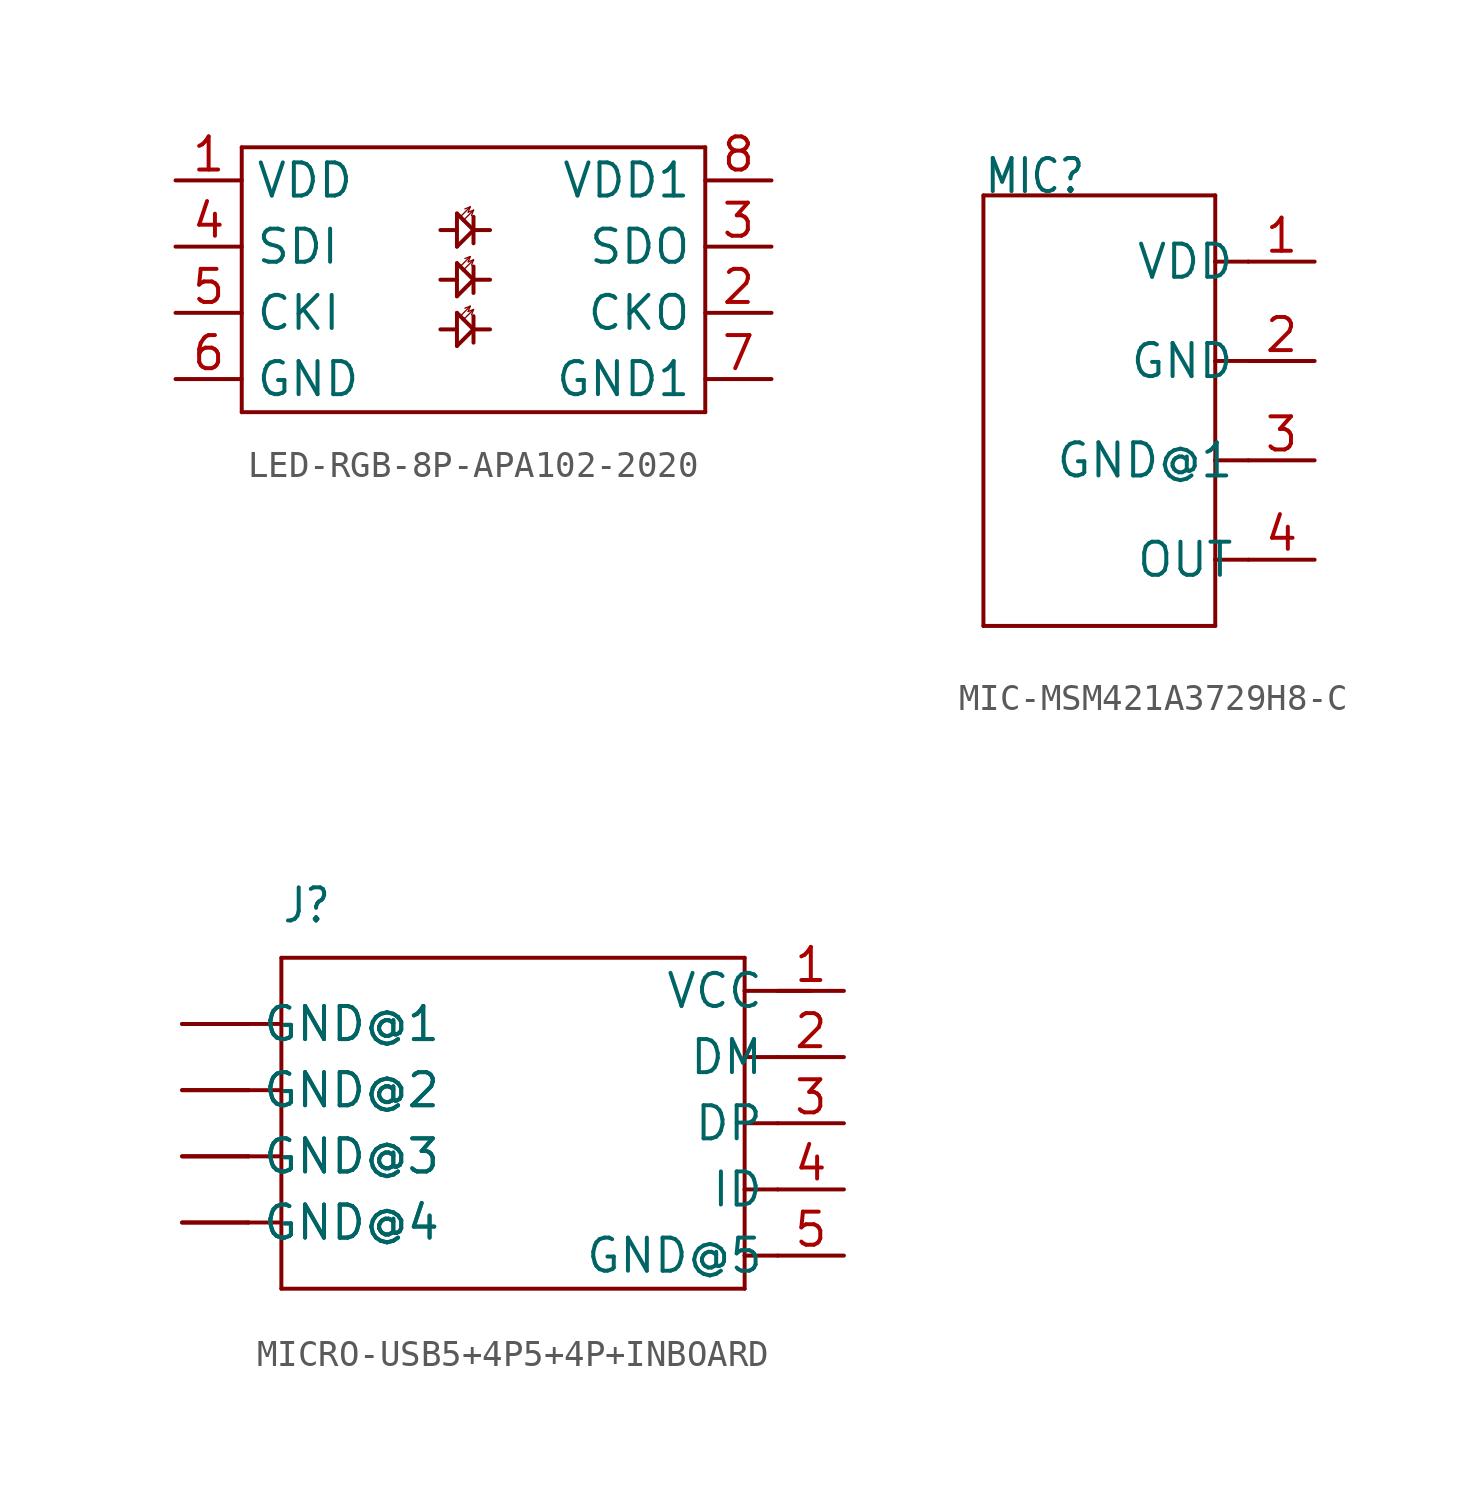
<source format=kicad_sym>
(kicad_symbol_lib
  (version 20231120)
  (generator "kicad_symbol_editor")
  (generator_version "8.0")
  (symbol "LED-RGB-8P-APA102-2020"
    (property "Reference" "D"
      (at -8.89 5.08 0)
      (effects (font (size 1.27 1.079)) (justify left bottom) (hide yes)))
    (property "ki_locked" ""
      (at 0 0 0)
      (effects (font (size 1.27 1.27))))
    (symbol "LED-RGB-8P-APA102-2020_1_0"
      (polyline (pts (xy -8.89 -5.08) (xy -8.89 5.08)) (stroke (width 0.152) (type solid)) (fill (type none)))
      (polyline (pts (xy -8.89 5.08) (xy 8.89 5.08)) (stroke (width 0.152) (type solid)) (fill (type none)))
      (polyline (pts (xy -0.635 -2.54) (xy 0 -1.905)) (stroke (width 0.152) (type solid)) (fill (type none)))
      (polyline (pts (xy -0.635 -1.905) (xy -1.27 -1.905)) (stroke (width 0.152) (type solid)) (fill (type none)))
      (polyline (pts (xy -0.635 -1.905) (xy -0.635 -2.54)) (stroke (width 0.152) (type solid)) (fill (type none)))
      (polyline (pts (xy -0.635 -1.27) (xy -0.635 -1.905)) (stroke (width 0.152) (type solid)) (fill (type none)))
      (polyline (pts (xy -0.635 -0.635) (xy 0 0)) (stroke (width 0.152) (type solid)) (fill (type none)))
      (polyline (pts (xy -0.635 0) (xy -1.27 0)) (stroke (width 0.152) (type solid)) (fill (type none)))
      (polyline (pts (xy -0.635 0) (xy -0.635 -0.635)) (stroke (width 0.152) (type solid)) (fill (type none)))
      (polyline (pts (xy -0.635 0.635) (xy -0.635 0)) (stroke (width 0.152) (type solid)) (fill (type none)))
      (polyline (pts (xy -0.635 1.27) (xy 0 1.905)) (stroke (width 0.152) (type solid)) (fill (type none)))
      (polyline (pts (xy -0.635 1.905) (xy -1.27 1.905)) (stroke (width 0.152) (type solid)) (fill (type none)))
      (polyline (pts (xy -0.635 1.905) (xy -0.635 1.27)) (stroke (width 0.152) (type solid)) (fill (type none)))
      (polyline (pts (xy -0.635 2.54) (xy -0.635 1.905)) (stroke (width 0.152) (type solid)) (fill (type none)))
      (polyline (pts (xy -0.508 -1.397) (xy -0.635 -1.27)) (stroke (width 0.152) (type solid)) (fill (type none)))
      (polyline (pts (xy -0.508 -1.397) (xy -0.127 -1.016)) (stroke (width 0.051) (type solid)) (fill (type none)))
      (polyline (pts (xy -0.508 0.508) (xy -0.635 0.635)) (stroke (width 0.152) (type solid)) (fill (type none)))
      (polyline (pts (xy -0.508 0.508) (xy -0.127 0.889)) (stroke (width 0.051) (type solid)) (fill (type none)))
      (polyline (pts (xy -0.508 2.413) (xy -0.635 2.54)) (stroke (width 0.152) (type solid)) (fill (type none)))
      (polyline (pts (xy -0.508 2.413) (xy -0.127 2.794)) (stroke (width 0.051) (type solid)) (fill (type none)))
      (polyline (pts (xy -0.381 -1.524) (xy -0.508 -1.397)) (stroke (width 0.152) (type solid)) (fill (type none)))
      (polyline (pts (xy -0.381 -1.524) (xy 0 -1.143)) (stroke (width 0.051) (type solid)) (fill (type none)))
      (polyline (pts (xy -0.381 0.381) (xy -0.508 0.508)) (stroke (width 0.152) (type solid)) (fill (type none)))
      (polyline (pts (xy -0.381 0.381) (xy 0 0.762)) (stroke (width 0.051) (type solid)) (fill (type none)))
      (polyline (pts (xy -0.381 2.286) (xy -0.508 2.413)) (stroke (width 0.152) (type solid)) (fill (type none)))
      (polyline (pts (xy -0.381 2.286) (xy 0 2.667)) (stroke (width 0.051) (type solid)) (fill (type none)))
      (polyline (pts (xy -0.127 -1.016) (xy -0.33 -1.092)) (stroke (width 0.051) (type solid)) (fill (type none)))
      (polyline (pts (xy -0.127 -1.016) (xy -0.203 -1.219)) (stroke (width 0.051) (type solid)) (fill (type none)))
      (polyline (pts (xy -0.127 0.889) (xy -0.33 0.813)) (stroke (width 0.051) (type solid)) (fill (type none)))
      (polyline (pts (xy -0.127 0.889) (xy -0.203 0.686)) (stroke (width 0.051) (type solid)) (fill (type none)))
      (polyline (pts (xy -0.127 2.794) (xy -0.33 2.718)) (stroke (width 0.051) (type solid)) (fill (type none)))
      (polyline (pts (xy -0.127 2.794) (xy -0.203 2.591)) (stroke (width 0.051) (type solid)) (fill (type none)))
      (polyline (pts (xy 0 -1.905) (xy -0.381 -1.524)) (stroke (width 0.152) (type solid)) (fill (type none)))
      (polyline (pts (xy 0 -1.905) (xy 0 -2.413)) (stroke (width 0.152) (type solid)) (fill (type none)))
      (polyline (pts (xy 0 -1.905) (xy 0.635 -1.905)) (stroke (width 0.152) (type solid)) (fill (type none)))
      (polyline (pts (xy 0 -1.397) (xy 0 -1.905)) (stroke (width 0.152) (type solid)) (fill (type none)))
      (polyline (pts (xy 0 -1.143) (xy -0.203 -1.219)) (stroke (width 0.051) (type solid)) (fill (type none)))
      (polyline (pts (xy 0 -1.143) (xy -0.076 -1.346)) (stroke (width 0.051) (type solid)) (fill (type none)))
      (polyline (pts (xy 0 0) (xy -0.381 0.381)) (stroke (width 0.152) (type solid)) (fill (type none)))
      (polyline (pts (xy 0 0) (xy 0 -0.508)) (stroke (width 0.152) (type solid)) (fill (type none)))
      (polyline (pts (xy 0 0) (xy 0.635 0)) (stroke (width 0.152) (type solid)) (fill (type none)))
      (polyline (pts (xy 0 0.508) (xy 0 0)) (stroke (width 0.152) (type solid)) (fill (type none)))
      (polyline (pts (xy 0 0.762) (xy -0.203 0.686)) (stroke (width 0.051) (type solid)) (fill (type none)))
      (polyline (pts (xy 0 0.762) (xy -0.076 0.559)) (stroke (width 0.051) (type solid)) (fill (type none)))
      (polyline (pts (xy 0 1.905) (xy -0.381 2.286)) (stroke (width 0.152) (type solid)) (fill (type none)))
      (polyline (pts (xy 0 1.905) (xy 0 1.397)) (stroke (width 0.152) (type solid)) (fill (type none)))
      (polyline (pts (xy 0 1.905) (xy 0.635 1.905)) (stroke (width 0.152) (type solid)) (fill (type none)))
      (polyline (pts (xy 0 2.413) (xy 0 1.905)) (stroke (width 0.152) (type solid)) (fill (type none)))
      (polyline (pts (xy 0 2.667) (xy -0.203 2.591)) (stroke (width 0.051) (type solid)) (fill (type none)))
      (polyline (pts (xy 0 2.667) (xy -0.076 2.464)) (stroke (width 0.051) (type solid)) (fill (type none)))
      (polyline (pts (xy 8.89 -5.08) (xy -8.89 -5.08)) (stroke (width 0.152) (type solid)) (fill (type none)))
      (polyline (pts (xy 8.89 5.08) (xy 8.89 -5.08)) (stroke (width 0.152) (type solid)) (fill (type none)))
      (pin bidirectional line (at -11.43 3.81 0) (length 2.54) (name "VDD" (effects (font (size 1.27 1.27)))) (number "1" (effects (font (size 1.27 1.27)))))
      (pin bidirectional line (at 11.43 -1.27 180) (length 2.54) (name "CKO" (effects (font (size 1.27 1.27)))) (number "2" (effects (font (size 1.27 1.27)))))
      (pin bidirectional line (at 11.43 1.27 180) (length 2.54) (name "SDO" (effects (font (size 1.27 1.27)))) (number "3" (effects (font (size 1.27 1.27)))))
      (pin bidirectional line (at -11.43 1.27 0) (length 2.54) (name "SDI" (effects (font (size 1.27 1.27)))) (number "4" (effects (font (size 1.27 1.27)))))
      (pin bidirectional line (at -11.43 -1.27 0) (length 2.54) (name "CKI" (effects (font (size 1.27 1.27)))) (number "5" (effects (font (size 1.27 1.27)))))
      (pin bidirectional line (at -11.43 -3.81 0) (length 2.54) (name "GND" (effects (font (size 1.27 1.27)))) (number "6" (effects (font (size 1.27 1.27)))))
      (pin bidirectional line (at 11.43 -3.81 180) (length 2.54) (name "GND1" (effects (font (size 1.27 1.27)))) (number "7" (effects (font (size 1.27 1.27)))))
      (pin bidirectional line (at 11.43 3.81 180) (length 2.54) (name "VDD1" (effects (font (size 1.27 1.27)))) (number "8" (effects (font (size 1.27 1.27)))))))
  (symbol "MIC-MSM421A3729H8-C"
    (property "Reference" "MIC"
      (at -5.08 7.62 0)
      (effects (font (size 1.27 1.079)) (justify left bottom)))
    (property "Value" ""
      (at 1.27 7.62 0)
      (effects (font (size 1.27 1.079)) (justify left bottom)))
    (property "ki_locked" ""
      (at 0 0 0)
      (effects (font (size 1.27 1.27))))
    (symbol "MIC-MSM421A3729H8-C_1_0"
      (polyline (pts (xy -5.08 -8.89) (xy -5.08 7.62)) (stroke (width 0.152) (type solid)) (fill (type none)))
      (polyline (pts (xy -5.08 7.62) (xy 3.81 7.62)) (stroke (width 0.152) (type solid)) (fill (type none)))
      (polyline (pts (xy 3.81 -8.89) (xy -5.08 -8.89)) (stroke (width 0.152) (type solid)) (fill (type none)))
      (polyline (pts (xy 3.81 -6.35) (xy 3.81 -8.89)) (stroke (width 0.152) (type solid)) (fill (type none)))
      (polyline (pts (xy 3.81 -2.54) (xy 3.81 -6.35)) (stroke (width 0.152) (type solid)) (fill (type none)))
      (polyline (pts (xy 3.81 1.27) (xy 3.81 -2.54)) (stroke (width 0.152) (type solid)) (fill (type none)))
      (polyline (pts (xy 3.81 5.08) (xy 3.81 1.27)) (stroke (width 0.152) (type solid)) (fill (type none)))
      (polyline (pts (xy 3.81 7.62) (xy 3.81 5.08)) (stroke (width 0.152) (type solid)) (fill (type none)))
      (polyline (pts (xy 5.08 -6.35) (xy 3.81 -6.35)) (stroke (width 0.152) (type solid)) (fill (type none)))
      (polyline (pts (xy 5.08 -2.54) (xy 3.81 -2.54)) (stroke (width 0.152) (type solid)) (fill (type none)))
      (polyline (pts (xy 5.08 1.27) (xy 3.81 1.27)) (stroke (width 0.152) (type solid)) (fill (type none)))
      (polyline (pts (xy 5.08 5.08) (xy 3.81 5.08)) (stroke (width 0.152) (type solid)) (fill (type none)))
      (pin bidirectional line (at 7.62 5.08 180) (length 2.54) (name "VDD" (effects (font (size 1.27 1.27)))) (number "1" (effects (font (size 1.27 1.27)))))
      (pin bidirectional line (at 7.62 1.27 180) (length 2.54) (name "GND" (effects (font (size 1.27 1.27)))) (number "2" (effects (font (size 1.27 1.27)))))
      (pin bidirectional line (at 7.62 -2.54 180) (length 2.54) (name "GND@1" (effects (font (size 1.27 1.27)))) (number "3" (effects (font (size 1.27 1.27)))))
      (pin bidirectional line (at 7.62 -6.35 180) (length 2.54) (name "OUT" (effects (font (size 1.27 1.27)))) (number "4" (effects (font (size 1.27 1.27)))))))
  (symbol "MICRO-USB5+4P5+4P+INBOARD"
    (property "Reference" "J"
      (at -8.89 7.62 0)
      (effects (font (size 1.27 1.079)) (justify left bottom)))
    (property "Value" ""
      (at 1.27 7.62 0)
      (effects (font (size 1.27 1.079)) (justify left bottom)))
    (property "ki_locked" ""
      (at 0 0 0)
      (effects (font (size 1.27 1.27))))
    (symbol "MICRO-USB5+4P5+4P+INBOARD_1_0"
      (polyline (pts (xy -10.16 -3.81) (xy -8.89 -3.81)) (stroke (width 0.152) (type solid)) (fill (type none)))
      (polyline (pts (xy -10.16 -1.27) (xy -8.89 -1.27)) (stroke (width 0.152) (type solid)) (fill (type none)))
      (polyline (pts (xy -10.16 1.27) (xy -8.89 1.27)) (stroke (width 0.152) (type solid)) (fill (type none)))
      (polyline (pts (xy -10.16 3.81) (xy -8.89 3.81)) (stroke (width 0.152) (type solid)) (fill (type none)))
      (polyline (pts (xy -8.89 -6.35) (xy 8.89 -6.35)) (stroke (width 0.152) (type solid)) (fill (type none)))
      (polyline (pts (xy -8.89 -3.81) (xy -8.89 -6.35)) (stroke (width 0.152) (type solid)) (fill (type none)))
      (polyline (pts (xy -8.89 -1.27) (xy -8.89 -3.81)) (stroke (width 0.152) (type solid)) (fill (type none)))
      (polyline (pts (xy -8.89 1.27) (xy -8.89 -1.27)) (stroke (width 0.152) (type solid)) (fill (type none)))
      (polyline (pts (xy -8.89 3.81) (xy -8.89 1.27)) (stroke (width 0.152) (type solid)) (fill (type none)))
      (polyline (pts (xy -8.89 6.35) (xy -8.89 3.81)) (stroke (width 0.152) (type solid)) (fill (type none)))
      (polyline (pts (xy 8.89 -6.35) (xy 8.89 -5.08)) (stroke (width 0.152) (type solid)) (fill (type none)))
      (polyline (pts (xy 8.89 -5.08) (xy 8.89 -2.54)) (stroke (width 0.152) (type solid)) (fill (type none)))
      (polyline (pts (xy 8.89 -5.08) (xy 10.16 -5.08)) (stroke (width 0.152) (type solid)) (fill (type none)))
      (polyline (pts (xy 8.89 -2.54) (xy 8.89 0)) (stroke (width 0.152) (type solid)) (fill (type none)))
      (polyline (pts (xy 8.89 -2.54) (xy 10.16 -2.54)) (stroke (width 0.152) (type solid)) (fill (type none)))
      (polyline (pts (xy 8.89 0) (xy 8.89 2.54)) (stroke (width 0.152) (type solid)) (fill (type none)))
      (polyline (pts (xy 8.89 0) (xy 10.16 0)) (stroke (width 0.152) (type solid)) (fill (type none)))
      (polyline (pts (xy 8.89 2.54) (xy 8.89 5.08)) (stroke (width 0.152) (type solid)) (fill (type none)))
      (polyline (pts (xy 8.89 2.54) (xy 10.16 2.54)) (stroke (width 0.152) (type solid)) (fill (type none)))
      (polyline (pts (xy 8.89 5.08) (xy 8.89 6.35)) (stroke (width 0.152) (type solid)) (fill (type none)))
      (polyline (pts (xy 8.89 5.08) (xy 11.43 5.08)) (stroke (width 0.152) (type solid)) (fill (type none)))
      (polyline (pts (xy 8.89 6.35) (xy -8.89 6.35)) (stroke (width 0.152) (type solid)) (fill (type none)))
      (pin bidirectional line (at 12.7 5.08 180) (length 2.54) (name "VCC" (effects (font (size 1.27 1.27)))) (number "1" (effects (font (size 1.27 1.27)))))
      (pin bidirectional line (at 12.7 2.54 180) (length 2.54) (name "DM" (effects (font (size 1.27 1.27)))) (number "2" (effects (font (size 1.27 1.27)))))
      (pin bidirectional line (at 12.7 0 180) (length 2.54) (name "DP" (effects (font (size 1.27 1.27)))) (number "3" (effects (font (size 1.27 1.27)))))
      (pin bidirectional line (at 12.7 -2.54 180) (length 2.54) (name "ID" (effects (font (size 1.27 1.27)))) (number "4" (effects (font (size 1.27 1.27)))))
      (pin bidirectional line (at 12.7 -5.08 180) (length 2.54) (name "GND@5" (effects (font (size 1.27 1.27)))) (number "5" (effects (font (size 1.27 1.27)))))
      (pin bidirectional line (at -12.7 3.81 0) (length 2.54) (name "GND@1" (effects (font (size 1.27 1.27)))) (number "P1" (effects (font (size 0 0)))))
      (pin bidirectional line (at -12.7 1.27 0) (length 2.54) (name "GND@2" (effects (font (size 1.27 1.27)))) (number "P2" (effects (font (size 0 0)))))
      (pin bidirectional line (at -12.7 -1.27 0) (length 2.54) (name "GND@3" (effects (font (size 1.27 1.27)))) (number "P3" (effects (font (size 0 0)))))
      (pin bidirectional line (at -12.7 -3.81 0) (length 2.54) (name "GND@4" (effects (font (size 1.27 1.27)))) (number "P4" (effects (font (size 0 0)))))
      (pin bidirectional line (at -12.7 3.81 0) (length 2.54) (name "GND@1" (effects (font (size 1.27 1.27)))) (number "S1" (effects (font (size 0 0)))))
      (pin bidirectional line (at -12.7 1.27 0) (length 2.54) (name "GND@2" (effects (font (size 1.27 1.27)))) (number "S2" (effects (font (size 0 0)))))
      (pin bidirectional line (at -12.7 -1.27 0) (length 2.54) (name "GND@3" (effects (font (size 1.27 1.27)))) (number "S3" (effects (font (size 0 0)))))
      (pin bidirectional line (at -12.7 -3.81 0) (length 2.54) (name "GND@4" (effects (font (size 1.27 1.27)))) (number "S4" (effects (font (size 0 0))))))))
</source>
